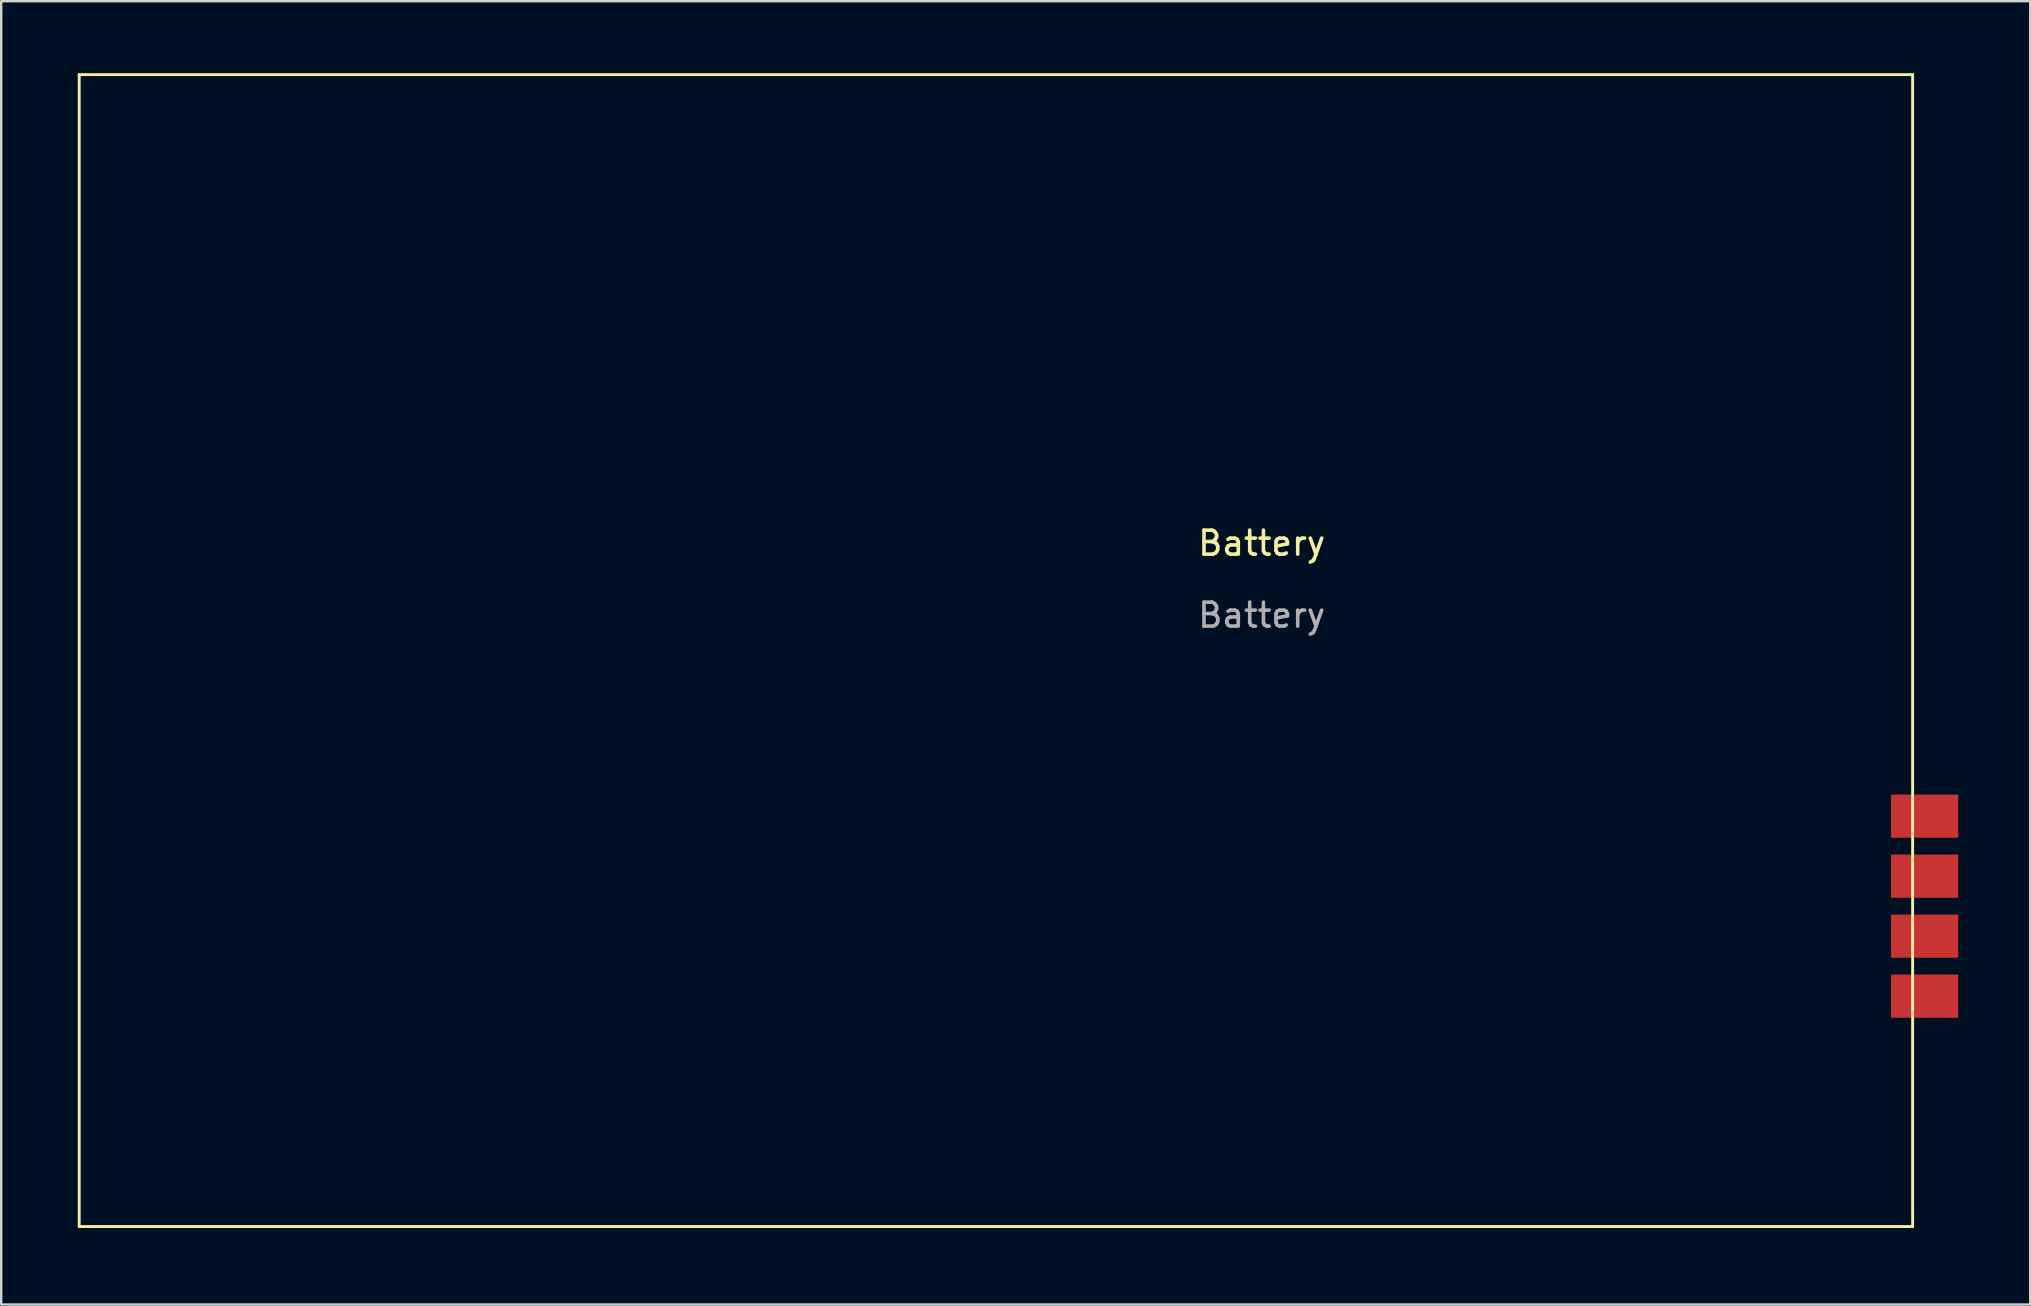
<source format=kicad_pcb>
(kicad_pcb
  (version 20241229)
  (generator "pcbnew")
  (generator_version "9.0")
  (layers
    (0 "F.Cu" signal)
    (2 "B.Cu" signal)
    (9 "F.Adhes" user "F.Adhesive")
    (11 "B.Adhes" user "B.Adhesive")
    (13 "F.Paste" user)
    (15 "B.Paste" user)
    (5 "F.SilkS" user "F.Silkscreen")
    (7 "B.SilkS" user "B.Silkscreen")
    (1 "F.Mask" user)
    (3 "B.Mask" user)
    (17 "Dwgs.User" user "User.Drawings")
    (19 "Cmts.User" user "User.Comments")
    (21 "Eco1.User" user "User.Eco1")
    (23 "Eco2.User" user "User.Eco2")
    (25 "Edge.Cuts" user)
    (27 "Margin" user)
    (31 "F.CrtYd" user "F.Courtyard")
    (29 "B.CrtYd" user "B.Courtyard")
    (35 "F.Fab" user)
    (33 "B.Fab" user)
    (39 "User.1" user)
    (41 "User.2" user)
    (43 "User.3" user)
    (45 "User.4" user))
  (footprint "Battery"
    (layer "F.Cu")
    (at 0.25 48.06)
    (property "Reference" "Battery" (at 49.276 -28.475 0) (unlocked yes) (layer "F.SilkS") (effects (font (size 1 1) (thickness 0.15))))
    (attr smd)
    (fp_line (start 0 -48) (end 0 0) (stroke (width 0.12) (type solid)) (layer "F.SilkS"))
    (fp_line (start 0 0) (end 76.4 0) (stroke (width 0.12) (type solid)) (layer "F.SilkS"))
    (fp_line (start 76.4 -48) (end 0 -48) (stroke (width 0.12) (type solid)) (layer "F.SilkS"))
    (fp_line (start 76.4 0) (end 76.4 -48) (stroke (width 0.12) (type solid)) (layer "F.SilkS"))
    (fp_text user "${REFERENCE}" (at 49.276 -25.475 0) (unlocked yes) (layer "F.Fab") (effects (font (size 1 1) (thickness 0.15))))
    (pad "1" smd rect (at 76.9 -17.1) (size 2.8 1.8) (layers "F.Cu" "F.Mask" "F.Paste"))
    (pad "2" smd rect (at 76.9 -14.6) (size 2.8 1.8) (layers "F.Cu" "F.Mask" "F.Paste"))
    (pad "3" smd rect (at 76.9 -12.1) (size 2.8 1.8) (layers "F.Cu" "F.Mask" "F.Paste"))
    (pad "4" smd rect (at 76.9 -9.6) (size 2.8 1.8) (layers "F.Cu" "F.Mask" "F.Paste")))
  (gr_rect
    (start -3 -3)
    (end 81.55 51.31)
    (stroke (width 0.1) (type default))
    (fill no)
    (layer "Edge.Cuts")))
</source>
